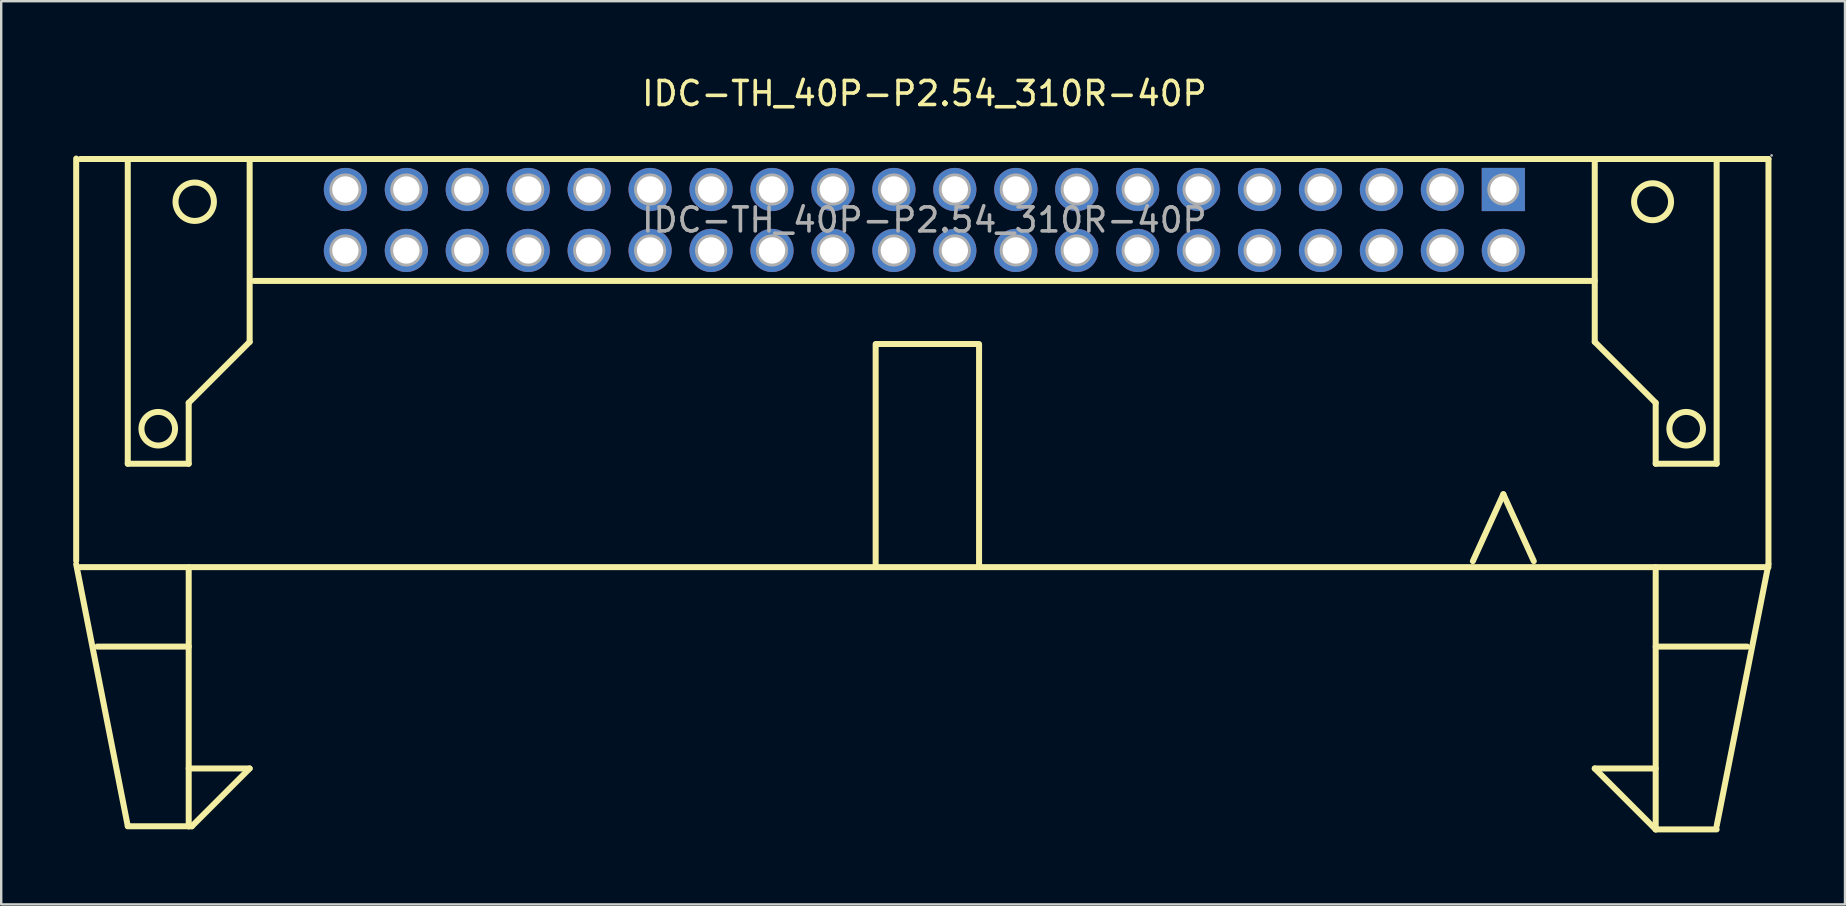
<source format=kicad_pcb>
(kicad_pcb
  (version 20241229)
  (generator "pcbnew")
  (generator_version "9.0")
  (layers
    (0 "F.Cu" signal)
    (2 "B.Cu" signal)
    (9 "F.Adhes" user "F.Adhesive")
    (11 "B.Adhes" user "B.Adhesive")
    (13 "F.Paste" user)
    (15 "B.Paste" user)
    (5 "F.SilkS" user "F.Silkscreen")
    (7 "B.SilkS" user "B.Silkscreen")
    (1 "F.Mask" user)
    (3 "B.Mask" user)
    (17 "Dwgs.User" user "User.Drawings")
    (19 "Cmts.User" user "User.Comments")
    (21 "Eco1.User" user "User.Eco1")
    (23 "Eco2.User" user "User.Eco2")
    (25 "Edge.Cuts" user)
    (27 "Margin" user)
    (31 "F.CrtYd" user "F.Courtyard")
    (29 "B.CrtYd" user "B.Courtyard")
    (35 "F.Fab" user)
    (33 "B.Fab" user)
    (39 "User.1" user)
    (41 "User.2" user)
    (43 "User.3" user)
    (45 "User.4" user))
  (footprint "IDC-TH_40P-P2.54_310R-40P"
    (layer "F.Cu")
    (at 35.475 6.118)
    (property "Reference" "IDC-TH_40P-P2.54_310R-40P" (at 0 -5.27 0) (layer "F.SilkS") (effects (font (size 1 1) (thickness 0.15))))
    (attr through_hole)
    (fp_line (start -35.35 14.2) (end -35.35 -2.56) (stroke (width 0.25) (type solid)) (layer "F.SilkS"))
    (fp_line (start -35.35 14.35) (end -33.2 25.26) (stroke (width 0.25) (type solid)) (layer "F.SilkS"))
    (fp_line (start -35.18 14.47) (end 35.18 14.47) (stroke (width 0.25) (type solid)) (layer "F.SilkS"))
    (fp_line (start -33.2 -2.54) (end -33.2 10.16) (stroke (width 0.25) (type solid)) (layer "F.SilkS"))
    (fp_line (start -33.2 10.16) (end -30.66 10.16) (stroke (width 0.25) (type solid)) (layer "F.SilkS"))
    (fp_line (start -33.2 25.27) (end -30.66 25.27) (stroke (width 0.25) (type solid)) (layer "F.SilkS"))
    (fp_line (start -30.66 7.62) (end -28.12 5.08) (stroke (width 0.25) (type solid)) (layer "F.SilkS"))
    (fp_line (start -30.66 10.16) (end -30.66 7.62) (stroke (width 0.25) (type solid)) (layer "F.SilkS"))
    (fp_line (start -30.66 17.78) (end -34.47 17.78) (stroke (width 0.25) (type solid)) (layer "F.SilkS"))
    (fp_line (start -30.66 25.27) (end -30.66 14.48) (stroke (width 0.25) (type solid)) (layer "F.SilkS"))
    (fp_line (start -30.66 25.27) (end -30.53 25.27) (stroke (width 0.25) (type solid)) (layer "F.SilkS"))
    (fp_line (start -30.53 25.27) (end -28.12 22.86) (stroke (width 0.25) (type solid)) (layer "F.SilkS"))
    (fp_line (start -28.12 5.08) (end -28.12 -2.54) (stroke (width 0.25) (type solid)) (layer "F.SilkS"))
    (fp_line (start -28.12 22.86) (end -30.66 22.86) (stroke (width 0.25) (type solid)) (layer "F.SilkS"))
    (fp_line (start -2.03 5.17) (end -2.03 14.44) (stroke (width 0.25) (type solid)) (layer "F.SilkS"))
    (fp_line (start 2.22 5.17) (end -1.98 5.17) (stroke (width 0.25) (type solid)) (layer "F.SilkS"))
    (fp_line (start 2.28 5.17) (end 2.28 14.44) (stroke (width 0.25) (type solid)) (layer "F.SilkS"))
    (fp_line (start 22.86 14.22) (end 24.13 11.43) (stroke (width 0.25) (type solid)) (layer "F.SilkS"))
    (fp_line (start 25.4 14.22) (end 24.13 11.43) (stroke (width 0.25) (type solid)) (layer "F.SilkS"))
    (fp_line (start 27.94 2.54) (end -27.94 2.54) (stroke (width 0.25) (type solid)) (layer "F.SilkS"))
    (fp_line (start 27.94 5.08) (end 27.94 -2.54) (stroke (width 0.25) (type solid)) (layer "F.SilkS"))
    (fp_line (start 27.94 22.86) (end 30.48 22.86) (stroke (width 0.25) (type solid)) (layer "F.SilkS"))
    (fp_line (start 30.48 7.62) (end 27.94 5.08) (stroke (width 0.25) (type solid)) (layer "F.SilkS"))
    (fp_line (start 30.48 10.16) (end 30.48 7.62) (stroke (width 0.25) (type solid)) (layer "F.SilkS"))
    (fp_line (start 30.48 25.4) (end 27.94 22.86) (stroke (width 0.25) (type solid)) (layer "F.SilkS"))
    (fp_line (start 30.48 25.4) (end 30.48 14.47) (stroke (width 0.25) (type solid)) (layer "F.SilkS"))
    (fp_line (start 33.02 -2.54) (end 33.02 10.16) (stroke (width 0.25) (type solid)) (layer "F.SilkS"))
    (fp_line (start 33.02 10.16) (end 30.48 10.16) (stroke (width 0.25) (type solid)) (layer "F.SilkS"))
    (fp_line (start 33.02 25.4) (end 30.48 25.4) (stroke (width 0.25) (type solid)) (layer "F.SilkS"))
    (fp_line (start 34.29 17.78) (end 30.48 17.78) (stroke (width 0.25) (type solid)) (layer "F.SilkS"))
    (fp_line (start 35.18 -2.54) (end -35.18 -2.54) (stroke (width 0.25) (type solid)) (layer "F.SilkS"))
    (fp_line (start 35.18 14.35) (end 33.02 25.26) (stroke (width 0.25) (type solid)) (layer "F.SilkS"))
    (fp_line (start 35.18 14.35) (end 35.18 -2.54) (stroke (width 0.25) (type solid)) (layer "F.SilkS"))
    (fp_circle (center -31.93 8.7) (end -31.23 8.7) (stroke (width 0.25) (type solid)) (fill no) (layer "F.SilkS"))
    (fp_circle (center -30.41 -0.76) (end -29.61 -0.76) (stroke (width 0.25) (type solid)) (fill no) (layer "F.SilkS"))
    (fp_circle (center 30.35 -0.76) (end 31.12 -0.76) (stroke (width 0.25) (type solid)) (fill no) (layer "F.SilkS"))
    (fp_circle (center 31.75 8.7) (end 32.45 8.7) (stroke (width 0.25) (type solid)) (fill no) (layer "F.SilkS"))
    (fp_circle (center -24.13 -1.27) (end -23.91 -1.27) (stroke (width 0.45) (type solid)) (fill no) (layer "F.Fab"))
    (fp_circle (center -24.13 1.27) (end -23.91 1.27) (stroke (width 0.45) (type solid)) (fill no) (layer "F.Fab"))
    (fp_circle (center -21.59 -1.27) (end -21.37 -1.27) (stroke (width 0.45) (type solid)) (fill no) (layer "F.Fab"))
    (fp_circle (center -21.59 1.27) (end -21.37 1.27) (stroke (width 0.45) (type solid)) (fill no) (layer "F.Fab"))
    (fp_circle (center -19.05 -1.27) (end -18.83 -1.27) (stroke (width 0.45) (type solid)) (fill no) (layer "F.Fab"))
    (fp_circle (center -19.05 1.27) (end -18.83 1.27) (stroke (width 0.45) (type solid)) (fill no) (layer "F.Fab"))
    (fp_circle (center -16.51 -1.27) (end -16.29 -1.27) (stroke (width 0.45) (type solid)) (fill no) (layer "F.Fab"))
    (fp_circle (center -16.51 1.27) (end -16.29 1.27) (stroke (width 0.45) (type solid)) (fill no) (layer "F.Fab"))
    (fp_circle (center -13.97 -1.27) (end -13.75 -1.27) (stroke (width 0.45) (type solid)) (fill no) (layer "F.Fab"))
    (fp_circle (center -13.97 1.27) (end -13.75 1.27) (stroke (width 0.45) (type solid)) (fill no) (layer "F.Fab"))
    (fp_circle (center -11.43 -1.27) (end -11.21 -1.27) (stroke (width 0.45) (type solid)) (fill no) (layer "F.Fab"))
    (fp_circle (center -11.43 1.27) (end -11.21 1.27) (stroke (width 0.45) (type solid)) (fill no) (layer "F.Fab"))
    (fp_circle (center -8.89 -1.27) (end -8.67 -1.27) (stroke (width 0.45) (type solid)) (fill no) (layer "F.Fab"))
    (fp_circle (center -8.89 1.27) (end -8.67 1.27) (stroke (width 0.45) (type solid)) (fill no) (layer "F.Fab"))
    (fp_circle (center -6.35 -1.27) (end -6.13 -1.27) (stroke (width 0.45) (type solid)) (fill no) (layer "F.Fab"))
    (fp_circle (center -6.35 1.27) (end -6.13 1.27) (stroke (width 0.45) (type solid)) (fill no) (layer "F.Fab"))
    (fp_circle (center -3.81 -1.27) (end -3.59 -1.27) (stroke (width 0.45) (type solid)) (fill no) (layer "F.Fab"))
    (fp_circle (center -3.81 1.27) (end -3.59 1.27) (stroke (width 0.45) (type solid)) (fill no) (layer "F.Fab"))
    (fp_circle (center -1.27 -1.27) (end -1.05 -1.27) (stroke (width 0.45) (type solid)) (fill no) (layer "F.Fab"))
    (fp_circle (center -1.27 1.27) (end -1.05 1.27) (stroke (width 0.45) (type solid)) (fill no) (layer "F.Fab"))
    (fp_circle (center 1.27 -1.27) (end 1.49 -1.27) (stroke (width 0.45) (type solid)) (fill no) (layer "F.Fab"))
    (fp_circle (center 1.27 1.27) (end 1.49 1.27) (stroke (width 0.45) (type solid)) (fill no) (layer "F.Fab"))
    (fp_circle (center 3.81 -1.27) (end 4.03 -1.27) (stroke (width 0.45) (type solid)) (fill no) (layer "F.Fab"))
    (fp_circle (center 3.81 1.27) (end 4.03 1.27) (stroke (width 0.45) (type solid)) (fill no) (layer "F.Fab"))
    (fp_circle (center 6.35 -1.27) (end 6.57 -1.27) (stroke (width 0.45) (type solid)) (fill no) (layer "F.Fab"))
    (fp_circle (center 6.35 1.27) (end 6.57 1.27) (stroke (width 0.45) (type solid)) (fill no) (layer "F.Fab"))
    (fp_circle (center 8.89 -1.27) (end 9.11 -1.27) (stroke (width 0.45) (type solid)) (fill no) (layer "F.Fab"))
    (fp_circle (center 8.89 1.27) (end 9.11 1.27) (stroke (width 0.45) (type solid)) (fill no) (layer "F.Fab"))
    (fp_circle (center 11.43 -1.27) (end 11.65 -1.27) (stroke (width 0.45) (type solid)) (fill no) (layer "F.Fab"))
    (fp_circle (center 11.43 1.27) (end 11.65 1.27) (stroke (width 0.45) (type solid)) (fill no) (layer "F.Fab"))
    (fp_circle (center 13.97 -1.27) (end 14.19 -1.27) (stroke (width 0.45) (type solid)) (fill no) (layer "F.Fab"))
    (fp_circle (center 13.97 1.27) (end 14.19 1.27) (stroke (width 0.45) (type solid)) (fill no) (layer "F.Fab"))
    (fp_circle (center 16.51 -1.27) (end 16.73 -1.27) (stroke (width 0.45) (type solid)) (fill no) (layer "F.Fab"))
    (fp_circle (center 16.51 1.27) (end 16.73 1.27) (stroke (width 0.45) (type solid)) (fill no) (layer "F.Fab"))
    (fp_circle (center 19.05 -1.27) (end 19.27 -1.27) (stroke (width 0.45) (type solid)) (fill no) (layer "F.Fab"))
    (fp_circle (center 19.05 1.27) (end 19.27 1.27) (stroke (width 0.45) (type solid)) (fill no) (layer "F.Fab"))
    (fp_circle (center 21.59 -1.27) (end 21.81 -1.27) (stroke (width 0.45) (type solid)) (fill no) (layer "F.Fab"))
    (fp_circle (center 21.59 1.27) (end 21.81 1.27) (stroke (width 0.45) (type solid)) (fill no) (layer "F.Fab"))
    (fp_circle (center 24.13 -1.27) (end 24.35 -1.27) (stroke (width 0.45) (type solid)) (fill no) (layer "F.Fab"))
    (fp_circle (center 24.13 1.27) (end 24.35 1.27) (stroke (width 0.45) (type solid)) (fill no) (layer "F.Fab"))
    (fp_circle (center 35.31 -2.69) (end 35.34 -2.69) (stroke (width 0.06) (type solid)) (fill no) (layer "F.Fab"))
    (fp_text user "${REFERENCE}" (at 0 0 0) (layer "F.Fab") (effects (font (size 1 1) (thickness 0.15))))
    (pad "1" thru_hole rect (at 24.13 -1.27 180) (size 1.8 1.8) (drill 1.1) (layers "*.Cu" "*.Paste" "*.Mask"))
    (pad "2" thru_hole circle (at 24.13 1.27 180) (size 1.8 1.8) (drill 1.1) (layers "*.Cu" "*.Paste" "*.Mask"))
    (pad "3" thru_hole circle (at 21.59 -1.27 180) (size 1.8 1.8) (drill 1.1) (layers "*.Cu" "*.Paste" "*.Mask"))
    (pad "4" thru_hole circle (at 21.59 1.27 180) (size 1.8 1.8) (drill 1.1) (layers "*.Cu" "*.Paste" "*.Mask"))
    (pad "5" thru_hole circle (at 19.05 -1.27 180) (size 1.8 1.8) (drill 1.1) (layers "*.Cu" "*.Paste" "*.Mask"))
    (pad "6" thru_hole circle (at 19.05 1.27 180) (size 1.8 1.8) (drill 1.1) (layers "*.Cu" "*.Paste" "*.Mask"))
    (pad "7" thru_hole circle (at 16.51 -1.27 180) (size 1.8 1.8) (drill 1.1) (layers "*.Cu" "*.Paste" "*.Mask"))
    (pad "8" thru_hole circle (at 16.51 1.27 180) (size 1.8 1.8) (drill 1.1) (layers "*.Cu" "*.Paste" "*.Mask"))
    (pad "9" thru_hole circle (at 13.97 -1.27 180) (size 1.8 1.8) (drill 1.1) (layers "*.Cu" "*.Paste" "*.Mask"))
    (pad "10" thru_hole circle (at 13.97 1.27 180) (size 1.8 1.8) (drill 1.1) (layers "*.Cu" "*.Paste" "*.Mask"))
    (pad "11" thru_hole circle (at 11.43 -1.27 180) (size 1.8 1.8) (drill 1.1) (layers "*.Cu" "*.Paste" "*.Mask"))
    (pad "12" thru_hole circle (at 11.43 1.27 180) (size 1.8 1.8) (drill 1.1) (layers "*.Cu" "*.Paste" "*.Mask"))
    (pad "13" thru_hole circle (at 8.89 -1.27 180) (size 1.8 1.8) (drill 1.1) (layers "*.Cu" "*.Paste" "*.Mask"))
    (pad "14" thru_hole circle (at 8.89 1.27 180) (size 1.8 1.8) (drill 1.1) (layers "*.Cu" "*.Paste" "*.Mask"))
    (pad "15" thru_hole circle (at 6.35 -1.27 180) (size 1.8 1.8) (drill 1.1) (layers "*.Cu" "*.Paste" "*.Mask"))
    (pad "16" thru_hole circle (at 6.35 1.27 180) (size 1.8 1.8) (drill 1.1) (layers "*.Cu" "*.Paste" "*.Mask"))
    (pad "17" thru_hole circle (at 3.81 -1.27 180) (size 1.8 1.8) (drill 1.1) (layers "*.Cu" "*.Paste" "*.Mask"))
    (pad "18" thru_hole circle (at 3.81 1.27 180) (size 1.8 1.8) (drill 1.1) (layers "*.Cu" "*.Paste" "*.Mask"))
    (pad "19" thru_hole circle (at 1.27 -1.27 180) (size 1.8 1.8) (drill 1.1) (layers "*.Cu" "*.Paste" "*.Mask"))
    (pad "20" thru_hole circle (at 1.27 1.27 180) (size 1.8 1.8) (drill 1.1) (layers "*.Cu" "*.Paste" "*.Mask"))
    (pad "21" thru_hole circle (at -1.27 -1.27 180) (size 1.8 1.8) (drill 1.1) (layers "*.Cu" "*.Paste" "*.Mask"))
    (pad "22" thru_hole circle (at -1.27 1.27 180) (size 1.8 1.8) (drill 1.1) (layers "*.Cu" "*.Paste" "*.Mask"))
    (pad "23" thru_hole circle (at -3.81 -1.27 180) (size 1.8 1.8) (drill 1.1) (layers "*.Cu" "*.Paste" "*.Mask"))
    (pad "24" thru_hole circle (at -3.81 1.27 180) (size 1.8 1.8) (drill 1.1) (layers "*.Cu" "*.Paste" "*.Mask"))
    (pad "25" thru_hole circle (at -6.35 -1.27 180) (size 1.8 1.8) (drill 1.1) (layers "*.Cu" "*.Paste" "*.Mask"))
    (pad "26" thru_hole circle (at -6.35 1.27 180) (size 1.8 1.8) (drill 1.1) (layers "*.Cu" "*.Paste" "*.Mask"))
    (pad "27" thru_hole circle (at -8.89 -1.27 180) (size 1.8 1.8) (drill 1.1) (layers "*.Cu" "*.Paste" "*.Mask"))
    (pad "28" thru_hole circle (at -8.89 1.27 180) (size 1.8 1.8) (drill 1.1) (layers "*.Cu" "*.Paste" "*.Mask"))
    (pad "29" thru_hole circle (at -11.43 -1.27 180) (size 1.8 1.8) (drill 1.1) (layers "*.Cu" "*.Paste" "*.Mask"))
    (pad "30" thru_hole circle (at -11.43 1.27 180) (size 1.8 1.8) (drill 1.1) (layers "*.Cu" "*.Paste" "*.Mask"))
    (pad "31" thru_hole circle (at -13.97 -1.27 180) (size 1.8 1.8) (drill 1.1) (layers "*.Cu" "*.Paste" "*.Mask"))
    (pad "32" thru_hole circle (at -13.97 1.27 180) (size 1.8 1.8) (drill 1.1) (layers "*.Cu" "*.Paste" "*.Mask"))
    (pad "33" thru_hole circle (at -16.51 -1.27 180) (size 1.8 1.8) (drill 1.1) (layers "*.Cu" "*.Paste" "*.Mask"))
    (pad "34" thru_hole circle (at -16.51 1.27 180) (size 1.8 1.8) (drill 1.1) (layers "*.Cu" "*.Paste" "*.Mask"))
    (pad "35" thru_hole circle (at -19.05 -1.27 180) (size 1.8 1.8) (drill 1.1) (layers "*.Cu" "*.Paste" "*.Mask"))
    (pad "36" thru_hole circle (at -19.05 1.27 180) (size 1.8 1.8) (drill 1.1) (layers "*.Cu" "*.Paste" "*.Mask"))
    (pad "37" thru_hole circle (at -21.59 -1.27 180) (size 1.8 1.8) (drill 1.1) (layers "*.Cu" "*.Paste" "*.Mask"))
    (pad "38" thru_hole circle (at -21.59 1.27 180) (size 1.8 1.8) (drill 1.1) (layers "*.Cu" "*.Paste" "*.Mask"))
    (pad "39" thru_hole circle (at -24.13 -1.27 180) (size 1.8 1.8) (drill 1.1) (layers "*.Cu" "*.Paste" "*.Mask"))
    (pad "40" thru_hole circle (at -24.13 1.27 180) (size 1.8 1.8) (drill 1.1) (layers "*.Cu" "*.Paste" "*.Mask")))
  (gr_rect
    (start -3 -3)
    (end 73.845 34.643)
    (stroke (width 0.1) (type default))
    (fill no)
    (layer "Edge.Cuts")))
</source>
